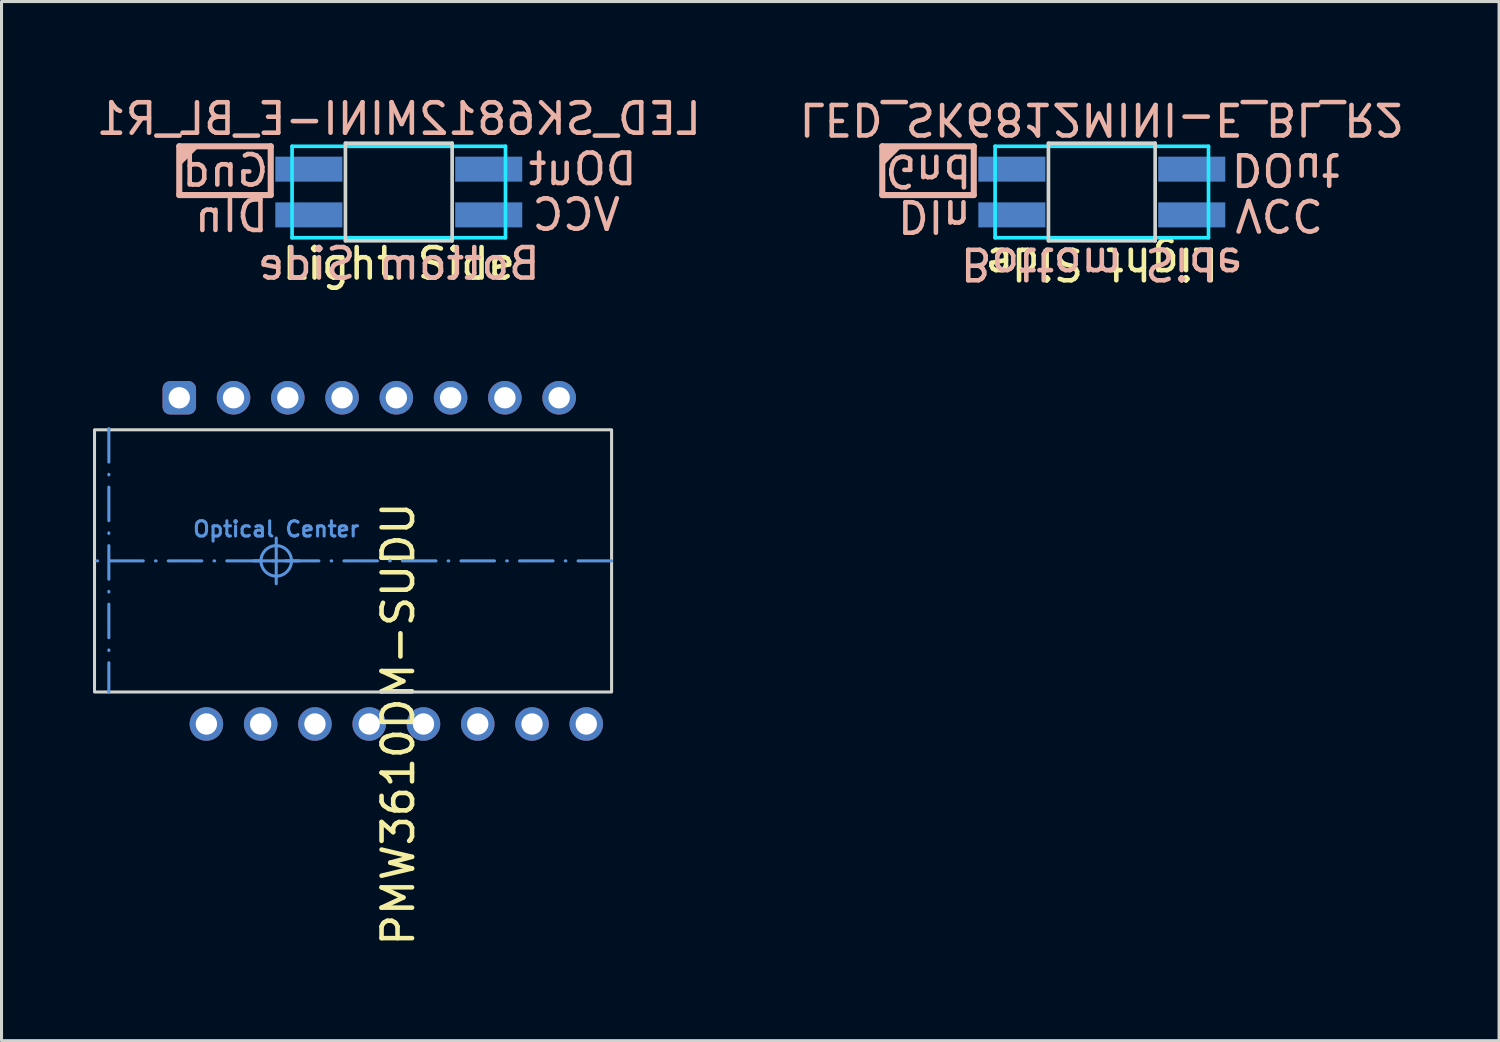
<source format=kicad_pcb>
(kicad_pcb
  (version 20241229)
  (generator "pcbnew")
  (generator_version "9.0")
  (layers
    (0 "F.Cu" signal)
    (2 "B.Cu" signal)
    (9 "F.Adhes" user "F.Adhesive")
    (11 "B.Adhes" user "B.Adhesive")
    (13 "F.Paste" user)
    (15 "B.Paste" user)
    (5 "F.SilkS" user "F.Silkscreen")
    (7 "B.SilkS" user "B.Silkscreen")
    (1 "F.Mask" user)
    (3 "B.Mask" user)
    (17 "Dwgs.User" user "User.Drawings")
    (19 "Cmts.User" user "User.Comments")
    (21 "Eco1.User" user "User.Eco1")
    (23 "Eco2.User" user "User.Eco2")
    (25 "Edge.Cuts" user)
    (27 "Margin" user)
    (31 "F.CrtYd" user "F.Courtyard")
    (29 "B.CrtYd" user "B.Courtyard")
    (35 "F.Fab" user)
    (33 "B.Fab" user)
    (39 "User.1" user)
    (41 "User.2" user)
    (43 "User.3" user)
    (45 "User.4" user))
  (footprint "LED_SK6812MINI-E_BL_R1"
    (layer "F.Cu")
    (at 10.03 3.248)
    (property "Reference" "LED_SK6812MINI-E_BL_R1" (at 0 -2.4 0) (unlocked yes) (layer "B.SilkS") (effects (font (size 1 1) (thickness 0.15)) (justify mirror)))
    (attr smd)
    (fp_line (start -7.2 -1.5) (end -4.2 -1.5) (stroke (width 0.2) (type solid)) (layer "B.SilkS"))
    (fp_line (start -7.2 0.1) (end -7.2 -1.5) (stroke (width 0.2) (type solid)) (layer "B.SilkS"))
    (fp_line (start -4.2 -1.5) (end -4.2 0.1) (stroke (width 0.2) (type solid)) (layer "B.SilkS"))
    (fp_line (start -4.2 0.1) (end -7.2 0.1) (stroke (width 0.2) (type solid)) (layer "B.SilkS"))
    (fp_poly (pts (xy -6.6 -1.5) (xy -7.2 -1.5) (xy -7.2 -0.9)) (stroke (width 0.1) (type solid)) (fill yes) (layer "B.SilkS"))
    (fp_line (start -1.75 -1.6) (end 1.75 -1.6) (stroke (width 0.12) (type solid)) (layer "Edge.Cuts"))
    (fp_line (start -1.75 1.6) (end -1.75 -1.6) (stroke (width 0.12) (type solid)) (layer "Edge.Cuts"))
    (fp_line (start 1.75 -1.6) (end 1.75 1.6) (stroke (width 0.12) (type solid)) (layer "Edge.Cuts"))
    (fp_line (start 1.75 1.6) (end -1.75 1.6) (stroke (width 0.12) (type solid)) (layer "Edge.Cuts"))
    (fp_line (start -3.5 -1.5) (end 3.5 -1.5) (stroke (width 0.12) (type solid)) (layer "B.CrtYd"))
    (fp_line (start -3.5 1.5) (end -3.5 -1.5) (stroke (width 0.12) (type solid)) (layer "B.CrtYd"))
    (fp_line (start 3.5 -1.5) (end 3.5 1.5) (stroke (width 0.12) (type solid)) (layer "B.CrtYd"))
    (fp_line (start 3.5 1.5) (end -3.5 1.5) (stroke (width 0.12) (type solid)) (layer "B.CrtYd"))
    (fp_text user "Light Side" (at 0 2.35 0) (unlocked yes) (layer "F.SilkS") (effects (font (size 1 1) (thickness 0.15))))
    (fp_text user "Bottom Side" (at 0 2.35 0) (unlocked yes) (layer "B.SilkS") (effects (font (size 1 1) (thickness 0.15)) (justify mirror)))
    (fp_text user "Gnd" (at -5.69 -0.7 0) (unlocked yes) (layer "B.SilkS") (effects (font (size 1 1) (thickness 0.15)) (justify mirror)))
    (fp_text user "VCC" (at 5.82 0.75 0) (unlocked yes) (layer "B.SilkS") (effects (font (size 1 1) (thickness 0.15)) (justify mirror)))
    (fp_text user "DIn" (at -5.49 0.79 0) (unlocked yes) (layer "B.SilkS") (effects (font (size 1 1) (thickness 0.15)) (justify mirror)))
    (fp_text user "DOut" (at 6.03 -0.75 0) (unlocked yes) (layer "B.SilkS") (effects (font (size 1 1) (thickness 0.15)) (justify mirror)))
    (pad "1" smd rect (at 2.6 -0.75) (size 2.2 0.82) (drill (offset 0.35 0)) (layers "B.Cu" "B.Mask" "B.Paste"))
    (pad "2" smd rect (at -2.6 -0.75) (size 2.2 0.82) (drill (offset -0.35 0)) (layers "B.Cu" "B.Mask" "B.Paste"))
    (pad "3" smd rect (at -2.6 0.75) (size 2.2 0.82) (drill (offset -0.35 0)) (layers "B.Cu" "B.Mask" "B.Paste"))
    (pad "4" smd rect (at 2.6 0.75) (size 2.2 0.82) (drill (offset 0.35 0)) (layers "B.Cu" "B.Mask" "B.Paste")))
  (footprint "PMW3610DM-SUDU"
    (layer "F.Cu")
    (at 6.01 15.347)
    (property "Reference" "PMW3610DM-SUDU" (at 4 5.35 270) (layer "F.SilkS") (effects (font (size 1 1) (thickness 0.15))))
    (attr through_hole)
    (fp_line (start -5.49 -4.34) (end -5.49 4.3) (stroke (width 0.1) (type dash_dot)) (layer "Cmts.User"))
    (fp_line (start 0 0.75) (end 0 -0.75) (stroke (width 0.1) (type default)) (layer "Cmts.User"))
    (fp_line (start 0.75 0) (end -0.75 0) (stroke (width 0.1) (type default)) (layer "Cmts.User"))
    (fp_line (start 11 0) (end -5.96 0) (stroke (width 0.1) (type dash_dot)) (layer "Cmts.User"))
    (fp_circle (center 0 0) (end -0.5 0) (stroke (width 0.1) (type solid)) (fill no) (layer "Cmts.User"))
    (fp_rect (start -5.96 -4.3) (end 11 4.3) (stroke (width 0.1) (type default)) (fill no) (layer "Edge.Cuts"))
    (fp_text user "Optical Center" (at 0 -0.75 0) (unlocked yes) (layer "Cmts.User") (effects (font (size 0.5 0.5) (thickness 0.1)) (justify bottom)))
    (pad "1" thru_hole roundrect (at -3.18 -5.35) (size 1.1 1.1) (drill 0.7) (layers "*.Cu" "*.Mask") (roundrect_rratio 0.227))
    (pad "2" thru_hole circle (at -1.4 -5.35) (size 1.1 1.1) (drill 0.7) (layers "*.Cu" "*.Mask"))
    (pad "3" thru_hole circle (at 0.38 -5.35) (size 1.1 1.1) (drill 0.7) (layers "*.Cu" "*.Mask"))
    (pad "4" thru_hole circle (at 2.16 -5.35) (size 1.1 1.1) (drill 0.7) (layers "*.Cu" "*.Mask"))
    (pad "5" thru_hole circle (at 3.94 -5.35) (size 1.1 1.1) (drill 0.7) (layers "*.Cu" "*.Mask"))
    (pad "6" thru_hole circle (at 5.72 -5.35) (size 1.1 1.1) (drill 0.7) (layers "*.Cu" "*.Mask"))
    (pad "7" thru_hole circle (at 7.5 -5.35) (size 1.1 1.1) (drill 0.7) (layers "*.Cu" "*.Mask"))
    (pad "8" thru_hole circle (at 9.28 -5.35) (size 1.1 1.1) (drill 0.7) (layers "*.Cu" "*.Mask"))
    (pad "9" thru_hole circle (at 10.17 5.35) (size 1.1 1.1) (drill 0.7) (layers "*.Cu" "*.Mask"))
    (pad "10" thru_hole circle (at 8.39 5.35) (size 1.1 1.1) (drill 0.7) (layers "*.Cu" "*.Mask"))
    (pad "11" thru_hole circle (at 6.61 5.35) (size 1.1 1.1) (drill 0.7) (layers "*.Cu" "*.Mask"))
    (pad "12" thru_hole circle (at 4.83 5.35) (size 1.1 1.1) (drill 0.7) (layers "*.Cu" "*.Mask"))
    (pad "13" thru_hole circle (at 3.05 5.35) (size 1.1 1.1) (drill 0.7) (layers "*.Cu" "*.Mask"))
    (pad "14" thru_hole circle (at 1.27 5.35) (size 1.1 1.1) (drill 0.7) (layers "*.Cu" "*.Mask"))
    (pad "15" thru_hole circle (at -0.51 5.35) (size 1.1 1.1) (drill 0.7) (layers "*.Cu" "*.Mask"))
    (pad "16" thru_hole circle (at -2.29 5.35) (size 1.1 1.1) (drill 0.7) (layers "*.Cu" "*.Mask"))
    (zone (net_name "") (layer "Edge.Cuts") (hatch edge 0.5) (connect_pads) (min_thickness 0.25) (filled_areas_thickness no) (keepout (tracks not_allowed) (vias not_allowed) (pads not_allowed) (copperpour not_allowed) (footprints not_allowed)) (placement (enabled no)) (fill) (polygon (pts (xy 17.01 11.046) (xy 17.01 19.646) (xy 0.05 19.646) (xy 0.05 11.046)))))
  (footprint "LED_SK6812MINI-E_BL_R2"
    (layer "F.Cu")
    (at 33.089 3.248)
    (property "Reference" "LED_SK6812MINI-E_BL_R2" (at 0 -2.4 180) (unlocked yes) (layer "B.SilkS") (effects (font (size 1 1) (thickness 0.15)) (justify mirror)))
    (attr smd)
    (fp_line (start -7.2 -1.5) (end -4.2 -1.5) (stroke (width 0.2) (type solid)) (layer "B.SilkS"))
    (fp_line (start -7.2 0.1) (end -7.2 -1.5) (stroke (width 0.2) (type solid)) (layer "B.SilkS"))
    (fp_line (start -4.2 -1.5) (end -4.2 0.1) (stroke (width 0.2) (type solid)) (layer "B.SilkS"))
    (fp_line (start -4.2 0.1) (end -7.2 0.1) (stroke (width 0.2) (type solid)) (layer "B.SilkS"))
    (fp_poly (pts (xy -6.6 -1.5) (xy -7.2 -1.5) (xy -7.2 -0.9)) (stroke (width 0.1) (type solid)) (fill yes) (layer "B.SilkS"))
    (fp_line (start -1.75 -1.6) (end 1.75 -1.6) (stroke (width 0.12) (type solid)) (layer "Edge.Cuts"))
    (fp_line (start -1.75 1.6) (end -1.75 -1.6) (stroke (width 0.12) (type solid)) (layer "Edge.Cuts"))
    (fp_line (start 1.75 -1.6) (end 1.75 1.6) (stroke (width 0.12) (type solid)) (layer "Edge.Cuts"))
    (fp_line (start 1.75 1.6) (end -1.75 1.6) (stroke (width 0.12) (type solid)) (layer "Edge.Cuts"))
    (fp_line (start -3.5 -1.5) (end 3.5 -1.5) (stroke (width 0.12) (type solid)) (layer "B.CrtYd"))
    (fp_line (start -3.5 1.5) (end -3.5 -1.5) (stroke (width 0.12) (type solid)) (layer "B.CrtYd"))
    (fp_line (start 3.5 -1.5) (end 3.5 1.5) (stroke (width 0.12) (type solid)) (layer "B.CrtYd"))
    (fp_line (start 3.5 1.5) (end -3.5 1.5) (stroke (width 0.12) (type solid)) (layer "B.CrtYd"))
    (fp_text user "Light Side" (at 0 2.35 180) (unlocked yes) (layer "F.SilkS") (effects (font (size 1 1) (thickness 0.15))))
    (fp_text user "DIn" (at -5.49 0.79 180) (unlocked yes) (layer "B.SilkS") (effects (font (size 1 1) (thickness 0.15)) (justify mirror)))
    (fp_text user "VCC" (at 5.82 0.75 180) (unlocked yes) (layer "B.SilkS") (effects (font (size 1 1) (thickness 0.15)) (justify mirror)))
    (fp_text user "Gnd" (at -5.69 -0.7 180) (unlocked yes) (layer "B.SilkS") (effects (font (size 1 1) (thickness 0.15)) (justify mirror)))
    (fp_text user "DOut" (at 6.03 -0.75 180) (unlocked yes) (layer "B.SilkS") (effects (font (size 1 1) (thickness 0.15)) (justify mirror)))
    (fp_text user "Bottom Side" (at 0 2.35 180) (unlocked yes) (layer "B.SilkS") (effects (font (size 1 1) (thickness 0.15)) (justify mirror)))
    (pad "1" smd rect (at 2.6 -0.75) (size 2.2 0.82) (drill (offset 0.35 0)) (layers "B.Cu" "B.Mask" "B.Paste"))
    (pad "2" smd rect (at -2.6 -0.75) (size 2.2 0.82) (drill (offset -0.35 0)) (layers "B.Cu" "B.Mask" "B.Paste"))
    (pad "3" smd rect (at -2.6 0.75) (size 2.2 0.82) (drill (offset -0.35 0)) (layers "B.Cu" "B.Mask" "B.Paste"))
    (pad "4" smd rect (at 2.6 0.75) (size 2.2 0.82) (drill (offset 0.35 0)) (layers "B.Cu" "B.Mask" "B.Paste")))
  (gr_rect
    (start -3 -3)
    (end 46.119 31.083)
    (stroke (width 0.1) (type default))
    (fill no)
    (layer "Edge.Cuts")))
</source>
